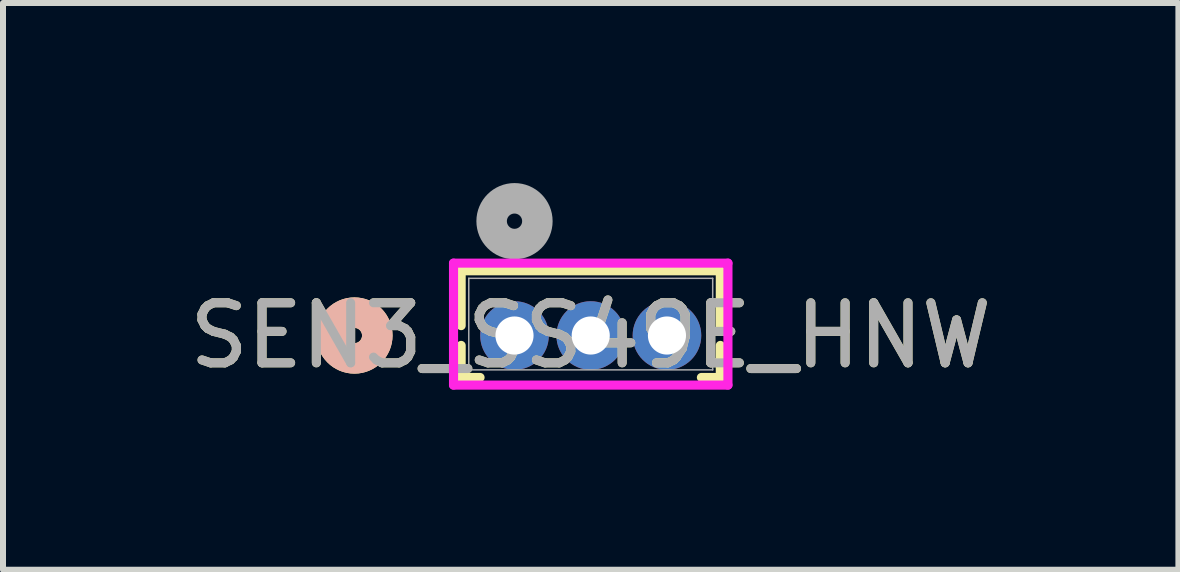
<source format=kicad_pcb>
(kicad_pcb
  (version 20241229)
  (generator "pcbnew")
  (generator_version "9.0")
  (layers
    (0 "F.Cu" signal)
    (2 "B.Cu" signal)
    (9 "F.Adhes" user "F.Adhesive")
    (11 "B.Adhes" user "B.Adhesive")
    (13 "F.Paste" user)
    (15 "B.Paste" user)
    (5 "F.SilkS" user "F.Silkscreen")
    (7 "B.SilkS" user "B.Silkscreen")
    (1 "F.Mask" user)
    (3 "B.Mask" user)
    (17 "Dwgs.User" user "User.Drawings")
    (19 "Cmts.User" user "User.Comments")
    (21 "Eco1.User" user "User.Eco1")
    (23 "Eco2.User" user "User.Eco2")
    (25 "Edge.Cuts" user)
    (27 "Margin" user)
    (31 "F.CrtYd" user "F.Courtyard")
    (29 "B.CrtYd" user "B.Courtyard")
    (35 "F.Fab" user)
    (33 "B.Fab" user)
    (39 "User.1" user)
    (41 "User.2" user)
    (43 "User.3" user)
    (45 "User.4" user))
  (footprint "SEN3_SS49E_HNW"
    (layer "F.Cu")
    (at 5.522 2.54)
    (property "Reference" "SEN3_SS49E_HNW" (at 1.27 0 0) (unlocked yes) (layer "F.SilkS") (effects (font (size 1 1) (thickness 0.15))))
    (attr through_hole)
    (fp_line (start -0.889 -1.079) (end -0.889 -0.165) (stroke (width 0.152) (type solid)) (layer "F.SilkS"))
    (fp_line (start -0.889 0.165) (end -0.889 0.699) (stroke (width 0.152) (type solid)) (layer "F.SilkS"))
    (fp_line (start -0.889 0.699) (end -0.574 0.699) (stroke (width 0.152) (type solid)) (layer "F.SilkS"))
    (fp_line (start 3.114 0.699) (end 3.429 0.699) (stroke (width 0.152) (type solid)) (layer "F.SilkS"))
    (fp_line (start 3.429 -1.079) (end -0.889 -1.079) (stroke (width 0.152) (type solid)) (layer "F.SilkS"))
    (fp_line (start 3.429 -0.165) (end 3.429 -1.079) (stroke (width 0.152) (type solid)) (layer "F.SilkS"))
    (fp_line (start 3.429 0.699) (end 3.429 0.165) (stroke (width 0.152) (type solid)) (layer "F.SilkS"))
    (fp_circle (center -2.667 0) (end -2.286 0) (stroke (width 0.508) (type solid)) (fill no) (layer "F.SilkS"))
    (fp_circle (center -2.667 0) (end -2.286 0) (stroke (width 0.508) (type solid)) (fill no) (layer "B.SilkS"))
    (fp_line (start -1.016 -1.206) (end -1.016 0.826) (stroke (width 0.152) (type solid)) (layer "F.CrtYd"))
    (fp_line (start -1.016 0.826) (end 3.556 0.826) (stroke (width 0.152) (type solid)) (layer "F.CrtYd"))
    (fp_line (start 3.556 -1.206) (end -1.016 -1.206) (stroke (width 0.152) (type solid)) (layer "F.CrtYd"))
    (fp_line (start 3.556 0.826) (end 3.556 -1.206) (stroke (width 0.152) (type solid)) (layer "F.CrtYd"))
    (fp_line (start -0.762 -0.953) (end -0.762 0.572) (stroke (width 0.025) (type solid)) (layer "F.Fab"))
    (fp_line (start -0.762 0.572) (end 3.302 0.572) (stroke (width 0.025) (type solid)) (layer "F.Fab"))
    (fp_line (start 3.302 -0.953) (end -0.762 -0.953) (stroke (width 0.025) (type solid)) (layer "F.Fab"))
    (fp_line (start 3.302 0.572) (end 3.302 -0.953) (stroke (width 0.025) (type solid)) (layer "F.Fab"))
    (fp_circle (center 0 -1.905) (end 0.381 -1.905) (stroke (width 0.508) (type solid)) (fill no) (layer "F.Fab"))
    (fp_text user "${REFERENCE}" (at 1.27 0 0) (unlocked yes) (layer "F.Fab") (effects (font (size 1 1) (thickness 0.15))))
    (pad "1" thru_hole circle (at 0 0) (size 1.143 1.143) (drill 0.635) (layers "*.Cu" "*.Mask"))
    (pad "2" thru_hole circle (at 1.27 0) (size 1.143 1.143) (drill 0.635) (layers "*.Cu" "*.Mask"))
    (pad "3" thru_hole circle (at 2.54 0) (size 1.143 1.143) (drill 0.635) (layers "*.Cu" "*.Mask")))
  (gr_rect
    (start -3 -3)
    (end 16.583 6.442)
    (stroke (width 0.1) (type default))
    (fill no)
    (layer "Edge.Cuts")))
</source>
